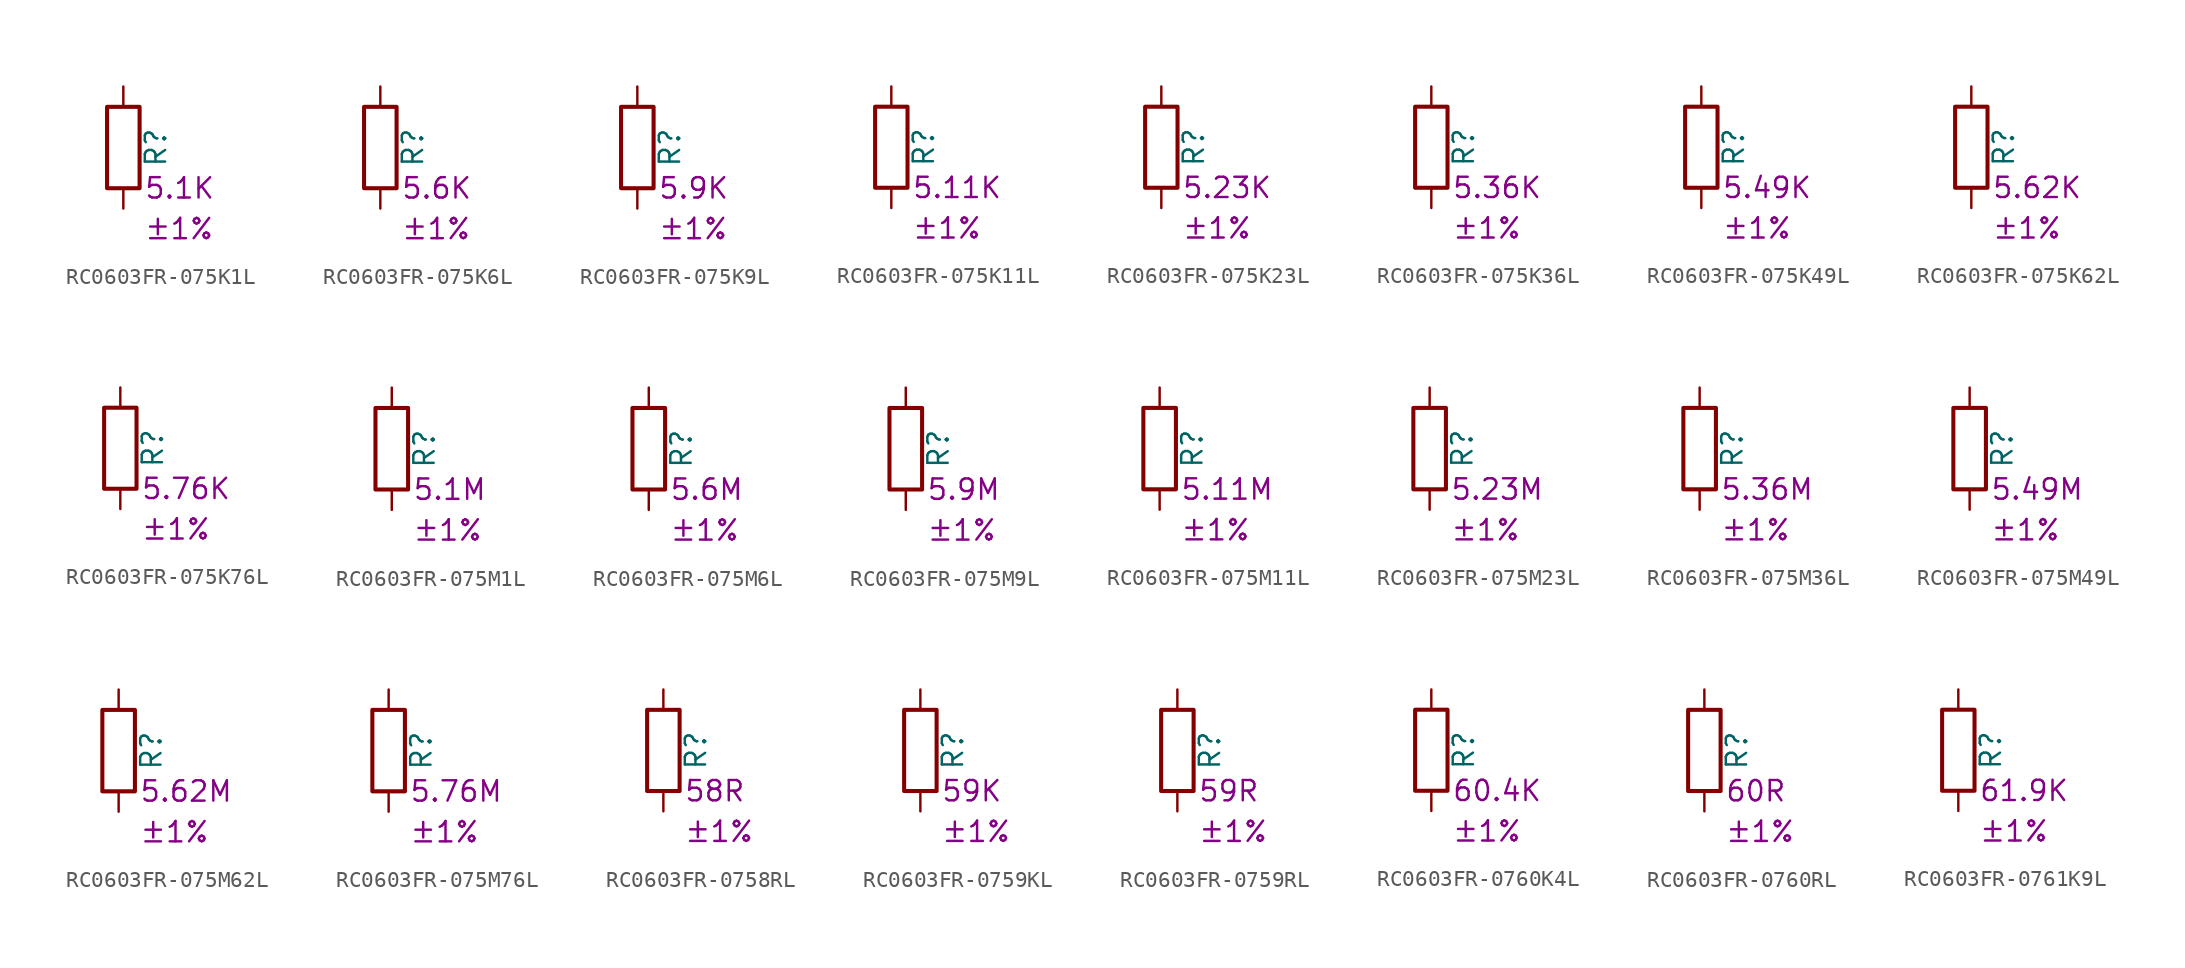
<source format=kicad_sym>
(kicad_symbol_lib
  (version 20220914)
  (generator kicad_symbol_editor)
  (symbol "RC0603FR-075K1L"
    (pin_numbers hide)
    (pin_names
      (offset 0))
    (property "Reference" "R"
      (at 2.032 0 90)
      (effects (font (size 1.27 1.27))))
    (property "Resistance" "5.1K"
      (at 1.27 -2.54 0)
      (effects (font (size 1.27 1.27)) (justify left)))
    (property "Tolerance" "±1%"
      (at 1.27 -5.08 0)
      (effects (font (size 1.27 1.27)) (justify left)))
    (symbol "RC0603FR-075K1L_0_1"
      (rectangle (start -1.016 -2.54) (end 1.016 2.54) (stroke (width 0.254) (type default)) (fill (type none))))
    (symbol "RC0603FR-075K1L_1_1"
      (pin passive line (at 0 3.81 270) (length 1.27) (name "~" (effects (font (size 1.27 1.27)))) (number "1" (effects (font (size 1.27 1.27)))))
      (pin passive line (at 0 -3.81 90) (length 1.27) (name "~" (effects (font (size 1.27 1.27)))) (number "2" (effects (font (size 1.27 1.27)))))))
  (symbol "RC0603FR-075K6L"
    (pin_numbers hide)
    (pin_names
      (offset 0))
    (property "Reference" "R"
      (at 2.032 0 90)
      (effects (font (size 1.27 1.27))))
    (property "Resistance" "5.6K"
      (at 1.27 -2.54 0)
      (effects (font (size 1.27 1.27)) (justify left)))
    (property "Tolerance" "±1%"
      (at 1.27 -5.08 0)
      (effects (font (size 1.27 1.27)) (justify left)))
    (symbol "RC0603FR-075K6L_0_1"
      (rectangle (start -1.016 -2.54) (end 1.016 2.54) (stroke (width 0.254) (type default)) (fill (type none))))
    (symbol "RC0603FR-075K6L_1_1"
      (pin passive line (at 0 3.81 270) (length 1.27) (name "~" (effects (font (size 1.27 1.27)))) (number "1" (effects (font (size 1.27 1.27)))))
      (pin passive line (at 0 -3.81 90) (length 1.27) (name "~" (effects (font (size 1.27 1.27)))) (number "2" (effects (font (size 1.27 1.27)))))))
  (symbol "RC0603FR-075K9L"
    (pin_numbers hide)
    (pin_names
      (offset 0))
    (property "Reference" "R"
      (at 2.032 0 90)
      (effects (font (size 1.27 1.27))))
    (property "Resistance" "5.9K"
      (at 1.27 -2.54 0)
      (effects (font (size 1.27 1.27)) (justify left)))
    (property "Tolerance" "±1%"
      (at 1.27 -5.08 0)
      (effects (font (size 1.27 1.27)) (justify left)))
    (symbol "RC0603FR-075K9L_0_1"
      (rectangle (start -1.016 -2.54) (end 1.016 2.54) (stroke (width 0.254) (type default)) (fill (type none))))
    (symbol "RC0603FR-075K9L_1_1"
      (pin passive line (at 0 3.81 270) (length 1.27) (name "~" (effects (font (size 1.27 1.27)))) (number "1" (effects (font (size 1.27 1.27)))))
      (pin passive line (at 0 -3.81 90) (length 1.27) (name "~" (effects (font (size 1.27 1.27)))) (number "2" (effects (font (size 1.27 1.27)))))))
  (symbol "RC0603FR-075K11L"
    (pin_numbers hide)
    (pin_names
      (offset 0))
    (property "Reference" "R"
      (at 2.032 0 90)
      (effects (font (size 1.27 1.27))))
    (property "Resistance" "5.11K"
      (at 1.27 -2.54 0)
      (effects (font (size 1.27 1.27)) (justify left)))
    (property "Tolerance" "±1%"
      (at 1.27 -5.08 0)
      (effects (font (size 1.27 1.27)) (justify left)))
    (symbol "RC0603FR-075K11L_0_1"
      (rectangle (start -1.016 -2.54) (end 1.016 2.54) (stroke (width 0.254) (type default)) (fill (type none))))
    (symbol "RC0603FR-075K11L_1_1"
      (pin passive line (at 0 3.81 270) (length 1.27) (name "~" (effects (font (size 1.27 1.27)))) (number "1" (effects (font (size 1.27 1.27)))))
      (pin passive line (at 0 -3.81 90) (length 1.27) (name "~" (effects (font (size 1.27 1.27)))) (number "2" (effects (font (size 1.27 1.27)))))))
  (symbol "RC0603FR-075K23L"
    (pin_numbers hide)
    (pin_names
      (offset 0))
    (property "Reference" "R"
      (at 2.032 0 90)
      (effects (font (size 1.27 1.27))))
    (property "Resistance" "5.23K"
      (at 1.27 -2.54 0)
      (effects (font (size 1.27 1.27)) (justify left)))
    (property "Tolerance" "±1%"
      (at 1.27 -5.08 0)
      (effects (font (size 1.27 1.27)) (justify left)))
    (symbol "RC0603FR-075K23L_0_1"
      (rectangle (start -1.016 -2.54) (end 1.016 2.54) (stroke (width 0.254) (type default)) (fill (type none))))
    (symbol "RC0603FR-075K23L_1_1"
      (pin passive line (at 0 3.81 270) (length 1.27) (name "~" (effects (font (size 1.27 1.27)))) (number "1" (effects (font (size 1.27 1.27)))))
      (pin passive line (at 0 -3.81 90) (length 1.27) (name "~" (effects (font (size 1.27 1.27)))) (number "2" (effects (font (size 1.27 1.27)))))))
  (symbol "RC0603FR-075K36L"
    (pin_numbers hide)
    (pin_names
      (offset 0))
    (property "Reference" "R"
      (at 2.032 0 90)
      (effects (font (size 1.27 1.27))))
    (property "Resistance" "5.36K"
      (at 1.27 -2.54 0)
      (effects (font (size 1.27 1.27)) (justify left)))
    (property "Tolerance" "±1%"
      (at 1.27 -5.08 0)
      (effects (font (size 1.27 1.27)) (justify left)))
    (symbol "RC0603FR-075K36L_0_1"
      (rectangle (start -1.016 -2.54) (end 1.016 2.54) (stroke (width 0.254) (type default)) (fill (type none))))
    (symbol "RC0603FR-075K36L_1_1"
      (pin passive line (at 0 3.81 270) (length 1.27) (name "~" (effects (font (size 1.27 1.27)))) (number "1" (effects (font (size 1.27 1.27)))))
      (pin passive line (at 0 -3.81 90) (length 1.27) (name "~" (effects (font (size 1.27 1.27)))) (number "2" (effects (font (size 1.27 1.27)))))))
  (symbol "RC0603FR-075K49L"
    (pin_numbers hide)
    (pin_names
      (offset 0))
    (property "Reference" "R"
      (at 2.032 0 90)
      (effects (font (size 1.27 1.27))))
    (property "Resistance" "5.49K"
      (at 1.27 -2.54 0)
      (effects (font (size 1.27 1.27)) (justify left)))
    (property "Tolerance" "±1%"
      (at 1.27 -5.08 0)
      (effects (font (size 1.27 1.27)) (justify left)))
    (symbol "RC0603FR-075K49L_0_1"
      (rectangle (start -1.016 -2.54) (end 1.016 2.54) (stroke (width 0.254) (type default)) (fill (type none))))
    (symbol "RC0603FR-075K49L_1_1"
      (pin passive line (at 0 3.81 270) (length 1.27) (name "~" (effects (font (size 1.27 1.27)))) (number "1" (effects (font (size 1.27 1.27)))))
      (pin passive line (at 0 -3.81 90) (length 1.27) (name "~" (effects (font (size 1.27 1.27)))) (number "2" (effects (font (size 1.27 1.27)))))))
  (symbol "RC0603FR-075K62L"
    (pin_numbers hide)
    (pin_names
      (offset 0))
    (property "Reference" "R"
      (at 2.032 0 90)
      (effects (font (size 1.27 1.27))))
    (property "Resistance" "5.62K"
      (at 1.27 -2.54 0)
      (effects (font (size 1.27 1.27)) (justify left)))
    (property "Tolerance" "±1%"
      (at 1.27 -5.08 0)
      (effects (font (size 1.27 1.27)) (justify left)))
    (symbol "RC0603FR-075K62L_0_1"
      (rectangle (start -1.016 -2.54) (end 1.016 2.54) (stroke (width 0.254) (type default)) (fill (type none))))
    (symbol "RC0603FR-075K62L_1_1"
      (pin passive line (at 0 3.81 270) (length 1.27) (name "~" (effects (font (size 1.27 1.27)))) (number "1" (effects (font (size 1.27 1.27)))))
      (pin passive line (at 0 -3.81 90) (length 1.27) (name "~" (effects (font (size 1.27 1.27)))) (number "2" (effects (font (size 1.27 1.27)))))))
  (symbol "RC0603FR-075K76L"
    (pin_numbers hide)
    (pin_names
      (offset 0))
    (property "Reference" "R"
      (at 2.032 0 90)
      (effects (font (size 1.27 1.27))))
    (property "Resistance" "5.76K"
      (at 1.27 -2.54 0)
      (effects (font (size 1.27 1.27)) (justify left)))
    (property "Tolerance" "±1%"
      (at 1.27 -5.08 0)
      (effects (font (size 1.27 1.27)) (justify left)))
    (symbol "RC0603FR-075K76L_0_1"
      (rectangle (start -1.016 -2.54) (end 1.016 2.54) (stroke (width 0.254) (type default)) (fill (type none))))
    (symbol "RC0603FR-075K76L_1_1"
      (pin passive line (at 0 3.81 270) (length 1.27) (name "~" (effects (font (size 1.27 1.27)))) (number "1" (effects (font (size 1.27 1.27)))))
      (pin passive line (at 0 -3.81 90) (length 1.27) (name "~" (effects (font (size 1.27 1.27)))) (number "2" (effects (font (size 1.27 1.27)))))))
  (symbol "RC0603FR-075M1L"
    (pin_numbers hide)
    (pin_names
      (offset 0))
    (property "Reference" "R"
      (at 2.032 0 90)
      (effects (font (size 1.27 1.27))))
    (property "Resistance" "5.1M"
      (at 1.27 -2.54 0)
      (effects (font (size 1.27 1.27)) (justify left)))
    (property "Tolerance" "±1%"
      (at 1.27 -5.08 0)
      (effects (font (size 1.27 1.27)) (justify left)))
    (symbol "RC0603FR-075M1L_0_1"
      (rectangle (start -1.016 -2.54) (end 1.016 2.54) (stroke (width 0.254) (type default)) (fill (type none))))
    (symbol "RC0603FR-075M1L_1_1"
      (pin passive line (at 0 3.81 270) (length 1.27) (name "~" (effects (font (size 1.27 1.27)))) (number "1" (effects (font (size 1.27 1.27)))))
      (pin passive line (at 0 -3.81 90) (length 1.27) (name "~" (effects (font (size 1.27 1.27)))) (number "2" (effects (font (size 1.27 1.27)))))))
  (symbol "RC0603FR-075M6L"
    (pin_numbers hide)
    (pin_names
      (offset 0))
    (property "Reference" "R"
      (at 2.032 0 90)
      (effects (font (size 1.27 1.27))))
    (property "Resistance" "5.6M"
      (at 1.27 -2.54 0)
      (effects (font (size 1.27 1.27)) (justify left)))
    (property "Tolerance" "±1%"
      (at 1.27 -5.08 0)
      (effects (font (size 1.27 1.27)) (justify left)))
    (symbol "RC0603FR-075M6L_0_1"
      (rectangle (start -1.016 -2.54) (end 1.016 2.54) (stroke (width 0.254) (type default)) (fill (type none))))
    (symbol "RC0603FR-075M6L_1_1"
      (pin passive line (at 0 3.81 270) (length 1.27) (name "~" (effects (font (size 1.27 1.27)))) (number "1" (effects (font (size 1.27 1.27)))))
      (pin passive line (at 0 -3.81 90) (length 1.27) (name "~" (effects (font (size 1.27 1.27)))) (number "2" (effects (font (size 1.27 1.27)))))))
  (symbol "RC0603FR-075M9L"
    (pin_numbers hide)
    (pin_names
      (offset 0))
    (property "Reference" "R"
      (at 2.032 0 90)
      (effects (font (size 1.27 1.27))))
    (property "Resistance" "5.9M"
      (at 1.27 -2.54 0)
      (effects (font (size 1.27 1.27)) (justify left)))
    (property "Tolerance" "±1%"
      (at 1.27 -5.08 0)
      (effects (font (size 1.27 1.27)) (justify left)))
    (symbol "RC0603FR-075M9L_0_1"
      (rectangle (start -1.016 -2.54) (end 1.016 2.54) (stroke (width 0.254) (type default)) (fill (type none))))
    (symbol "RC0603FR-075M9L_1_1"
      (pin passive line (at 0 3.81 270) (length 1.27) (name "~" (effects (font (size 1.27 1.27)))) (number "1" (effects (font (size 1.27 1.27)))))
      (pin passive line (at 0 -3.81 90) (length 1.27) (name "~" (effects (font (size 1.27 1.27)))) (number "2" (effects (font (size 1.27 1.27)))))))
  (symbol "RC0603FR-075M11L"
    (pin_numbers hide)
    (pin_names
      (offset 0))
    (property "Reference" "R"
      (at 2.032 0 90)
      (effects (font (size 1.27 1.27))))
    (property "Resistance" "5.11M"
      (at 1.27 -2.54 0)
      (effects (font (size 1.27 1.27)) (justify left)))
    (property "Tolerance" "±1%"
      (at 1.27 -5.08 0)
      (effects (font (size 1.27 1.27)) (justify left)))
    (symbol "RC0603FR-075M11L_0_1"
      (rectangle (start -1.016 -2.54) (end 1.016 2.54) (stroke (width 0.254) (type default)) (fill (type none))))
    (symbol "RC0603FR-075M11L_1_1"
      (pin passive line (at 0 3.81 270) (length 1.27) (name "~" (effects (font (size 1.27 1.27)))) (number "1" (effects (font (size 1.27 1.27)))))
      (pin passive line (at 0 -3.81 90) (length 1.27) (name "~" (effects (font (size 1.27 1.27)))) (number "2" (effects (font (size 1.27 1.27)))))))
  (symbol "RC0603FR-075M23L"
    (pin_numbers hide)
    (pin_names
      (offset 0))
    (property "Reference" "R"
      (at 2.032 0 90)
      (effects (font (size 1.27 1.27))))
    (property "Resistance" "5.23M"
      (at 1.27 -2.54 0)
      (effects (font (size 1.27 1.27)) (justify left)))
    (property "Tolerance" "±1%"
      (at 1.27 -5.08 0)
      (effects (font (size 1.27 1.27)) (justify left)))
    (symbol "RC0603FR-075M23L_0_1"
      (rectangle (start -1.016 -2.54) (end 1.016 2.54) (stroke (width 0.254) (type default)) (fill (type none))))
    (symbol "RC0603FR-075M23L_1_1"
      (pin passive line (at 0 3.81 270) (length 1.27) (name "~" (effects (font (size 1.27 1.27)))) (number "1" (effects (font (size 1.27 1.27)))))
      (pin passive line (at 0 -3.81 90) (length 1.27) (name "~" (effects (font (size 1.27 1.27)))) (number "2" (effects (font (size 1.27 1.27)))))))
  (symbol "RC0603FR-075M36L"
    (pin_numbers hide)
    (pin_names
      (offset 0))
    (property "Reference" "R"
      (at 2.032 0 90)
      (effects (font (size 1.27 1.27))))
    (property "Resistance" "5.36M"
      (at 1.27 -2.54 0)
      (effects (font (size 1.27 1.27)) (justify left)))
    (property "Tolerance" "±1%"
      (at 1.27 -5.08 0)
      (effects (font (size 1.27 1.27)) (justify left)))
    (symbol "RC0603FR-075M36L_0_1"
      (rectangle (start -1.016 -2.54) (end 1.016 2.54) (stroke (width 0.254) (type default)) (fill (type none))))
    (symbol "RC0603FR-075M36L_1_1"
      (pin passive line (at 0 3.81 270) (length 1.27) (name "~" (effects (font (size 1.27 1.27)))) (number "1" (effects (font (size 1.27 1.27)))))
      (pin passive line (at 0 -3.81 90) (length 1.27) (name "~" (effects (font (size 1.27 1.27)))) (number "2" (effects (font (size 1.27 1.27)))))))
  (symbol "RC0603FR-075M49L"
    (pin_numbers hide)
    (pin_names
      (offset 0))
    (property "Reference" "R"
      (at 2.032 0 90)
      (effects (font (size 1.27 1.27))))
    (property "Resistance" "5.49M"
      (at 1.27 -2.54 0)
      (effects (font (size 1.27 1.27)) (justify left)))
    (property "Tolerance" "±1%"
      (at 1.27 -5.08 0)
      (effects (font (size 1.27 1.27)) (justify left)))
    (symbol "RC0603FR-075M49L_0_1"
      (rectangle (start -1.016 -2.54) (end 1.016 2.54) (stroke (width 0.254) (type default)) (fill (type none))))
    (symbol "RC0603FR-075M49L_1_1"
      (pin passive line (at 0 3.81 270) (length 1.27) (name "~" (effects (font (size 1.27 1.27)))) (number "1" (effects (font (size 1.27 1.27)))))
      (pin passive line (at 0 -3.81 90) (length 1.27) (name "~" (effects (font (size 1.27 1.27)))) (number "2" (effects (font (size 1.27 1.27)))))))
  (symbol "RC0603FR-075M62L"
    (pin_numbers hide)
    (pin_names
      (offset 0))
    (property "Reference" "R"
      (at 2.032 0 90)
      (effects (font (size 1.27 1.27))))
    (property "Resistance" "5.62M"
      (at 1.27 -2.54 0)
      (effects (font (size 1.27 1.27)) (justify left)))
    (property "Tolerance" "±1%"
      (at 1.27 -5.08 0)
      (effects (font (size 1.27 1.27)) (justify left)))
    (symbol "RC0603FR-075M62L_0_1"
      (rectangle (start -1.016 -2.54) (end 1.016 2.54) (stroke (width 0.254) (type default)) (fill (type none))))
    (symbol "RC0603FR-075M62L_1_1"
      (pin passive line (at 0 3.81 270) (length 1.27) (name "~" (effects (font (size 1.27 1.27)))) (number "1" (effects (font (size 1.27 1.27)))))
      (pin passive line (at 0 -3.81 90) (length 1.27) (name "~" (effects (font (size 1.27 1.27)))) (number "2" (effects (font (size 1.27 1.27)))))))
  (symbol "RC0603FR-075M76L"
    (pin_numbers hide)
    (pin_names
      (offset 0))
    (property "Reference" "R"
      (at 2.032 0 90)
      (effects (font (size 1.27 1.27))))
    (property "Resistance" "5.76M"
      (at 1.27 -2.54 0)
      (effects (font (size 1.27 1.27)) (justify left)))
    (property "Tolerance" "±1%"
      (at 1.27 -5.08 0)
      (effects (font (size 1.27 1.27)) (justify left)))
    (symbol "RC0603FR-075M76L_0_1"
      (rectangle (start -1.016 -2.54) (end 1.016 2.54) (stroke (width 0.254) (type default)) (fill (type none))))
    (symbol "RC0603FR-075M76L_1_1"
      (pin passive line (at 0 3.81 270) (length 1.27) (name "~" (effects (font (size 1.27 1.27)))) (number "1" (effects (font (size 1.27 1.27)))))
      (pin passive line (at 0 -3.81 90) (length 1.27) (name "~" (effects (font (size 1.27 1.27)))) (number "2" (effects (font (size 1.27 1.27)))))))
  (symbol "RC0603FR-0758RL"
    (pin_numbers hide)
    (pin_names
      (offset 0))
    (property "Reference" "R"
      (at 2.032 0 90)
      (effects (font (size 1.27 1.27))))
    (property "Resistance" "58R"
      (at 1.27 -2.54 0)
      (effects (font (size 1.27 1.27)) (justify left)))
    (property "Tolerance" "±1%"
      (at 1.27 -5.08 0)
      (effects (font (size 1.27 1.27)) (justify left)))
    (symbol "RC0603FR-0758RL_0_1"
      (rectangle (start -1.016 -2.54) (end 1.016 2.54) (stroke (width 0.254) (type default)) (fill (type none))))
    (symbol "RC0603FR-0758RL_1_1"
      (pin passive line (at 0 3.81 270) (length 1.27) (name "~" (effects (font (size 1.27 1.27)))) (number "1" (effects (font (size 1.27 1.27)))))
      (pin passive line (at 0 -3.81 90) (length 1.27) (name "~" (effects (font (size 1.27 1.27)))) (number "2" (effects (font (size 1.27 1.27)))))))
  (symbol "RC0603FR-0759KL"
    (pin_numbers hide)
    (pin_names
      (offset 0))
    (property "Reference" "R"
      (at 2.032 0 90)
      (effects (font (size 1.27 1.27))))
    (property "Resistance" "59K"
      (at 1.27 -2.54 0)
      (effects (font (size 1.27 1.27)) (justify left)))
    (property "Tolerance" "±1%"
      (at 1.27 -5.08 0)
      (effects (font (size 1.27 1.27)) (justify left)))
    (symbol "RC0603FR-0759KL_0_1"
      (rectangle (start -1.016 -2.54) (end 1.016 2.54) (stroke (width 0.254) (type default)) (fill (type none))))
    (symbol "RC0603FR-0759KL_1_1"
      (pin passive line (at 0 3.81 270) (length 1.27) (name "~" (effects (font (size 1.27 1.27)))) (number "1" (effects (font (size 1.27 1.27)))))
      (pin passive line (at 0 -3.81 90) (length 1.27) (name "~" (effects (font (size 1.27 1.27)))) (number "2" (effects (font (size 1.27 1.27)))))))
  (symbol "RC0603FR-0759RL"
    (pin_numbers hide)
    (pin_names
      (offset 0))
    (property "Reference" "R"
      (at 2.032 0 90)
      (effects (font (size 1.27 1.27))))
    (property "Resistance" "59R"
      (at 1.27 -2.54 0)
      (effects (font (size 1.27 1.27)) (justify left)))
    (property "Tolerance" "±1%"
      (at 1.27 -5.08 0)
      (effects (font (size 1.27 1.27)) (justify left)))
    (symbol "RC0603FR-0759RL_0_1"
      (rectangle (start -1.016 -2.54) (end 1.016 2.54) (stroke (width 0.254) (type default)) (fill (type none))))
    (symbol "RC0603FR-0759RL_1_1"
      (pin passive line (at 0 3.81 270) (length 1.27) (name "~" (effects (font (size 1.27 1.27)))) (number "1" (effects (font (size 1.27 1.27)))))
      (pin passive line (at 0 -3.81 90) (length 1.27) (name "~" (effects (font (size 1.27 1.27)))) (number "2" (effects (font (size 1.27 1.27)))))))
  (symbol "RC0603FR-0760K4L"
    (pin_numbers hide)
    (pin_names
      (offset 0))
    (property "Reference" "R"
      (at 2.032 0 90)
      (effects (font (size 1.27 1.27))))
    (property "Resistance" "60.4K"
      (at 1.27 -2.54 0)
      (effects (font (size 1.27 1.27)) (justify left)))
    (property "Tolerance" "±1%"
      (at 1.27 -5.08 0)
      (effects (font (size 1.27 1.27)) (justify left)))
    (symbol "RC0603FR-0760K4L_0_1"
      (rectangle (start -1.016 -2.54) (end 1.016 2.54) (stroke (width 0.254) (type default)) (fill (type none))))
    (symbol "RC0603FR-0760K4L_1_1"
      (pin passive line (at 0 3.81 270) (length 1.27) (name "~" (effects (font (size 1.27 1.27)))) (number "1" (effects (font (size 1.27 1.27)))))
      (pin passive line (at 0 -3.81 90) (length 1.27) (name "~" (effects (font (size 1.27 1.27)))) (number "2" (effects (font (size 1.27 1.27)))))))
  (symbol "RC0603FR-0760RL"
    (pin_numbers hide)
    (pin_names
      (offset 0))
    (property "Reference" "R"
      (at 2.032 0 90)
      (effects (font (size 1.27 1.27))))
    (property "Resistance" "60R"
      (at 1.27 -2.54 0)
      (effects (font (size 1.27 1.27)) (justify left)))
    (property "Tolerance" "±1%"
      (at 1.27 -5.08 0)
      (effects (font (size 1.27 1.27)) (justify left)))
    (symbol "RC0603FR-0760RL_0_1"
      (rectangle (start -1.016 -2.54) (end 1.016 2.54) (stroke (width 0.254) (type default)) (fill (type none))))
    (symbol "RC0603FR-0760RL_1_1"
      (pin passive line (at 0 3.81 270) (length 1.27) (name "~" (effects (font (size 1.27 1.27)))) (number "1" (effects (font (size 1.27 1.27)))))
      (pin passive line (at 0 -3.81 90) (length 1.27) (name "~" (effects (font (size 1.27 1.27)))) (number "2" (effects (font (size 1.27 1.27)))))))
  (symbol "RC0603FR-0761K9L"
    (pin_numbers hide)
    (pin_names
      (offset 0))
    (property "Reference" "R"
      (at 2.032 0 90)
      (effects (font (size 1.27 1.27))))
    (property "Resistance" "61.9K"
      (at 1.27 -2.54 0)
      (effects (font (size 1.27 1.27)) (justify left)))
    (property "Tolerance" "±1%"
      (at 1.27 -5.08 0)
      (effects (font (size 1.27 1.27)) (justify left)))
    (symbol "RC0603FR-0761K9L_0_1"
      (rectangle (start -1.016 -2.54) (end 1.016 2.54) (stroke (width 0.254) (type default)) (fill (type none))))
    (symbol "RC0603FR-0761K9L_1_1"
      (pin passive line (at 0 3.81 270) (length 1.27) (name "~" (effects (font (size 1.27 1.27)))) (number "1" (effects (font (size 1.27 1.27)))))
      (pin passive line (at 0 -3.81 90) (length 1.27) (name "~" (effects (font (size 1.27 1.27)))) (number "2" (effects (font (size 1.27 1.27))))))))
</source>
